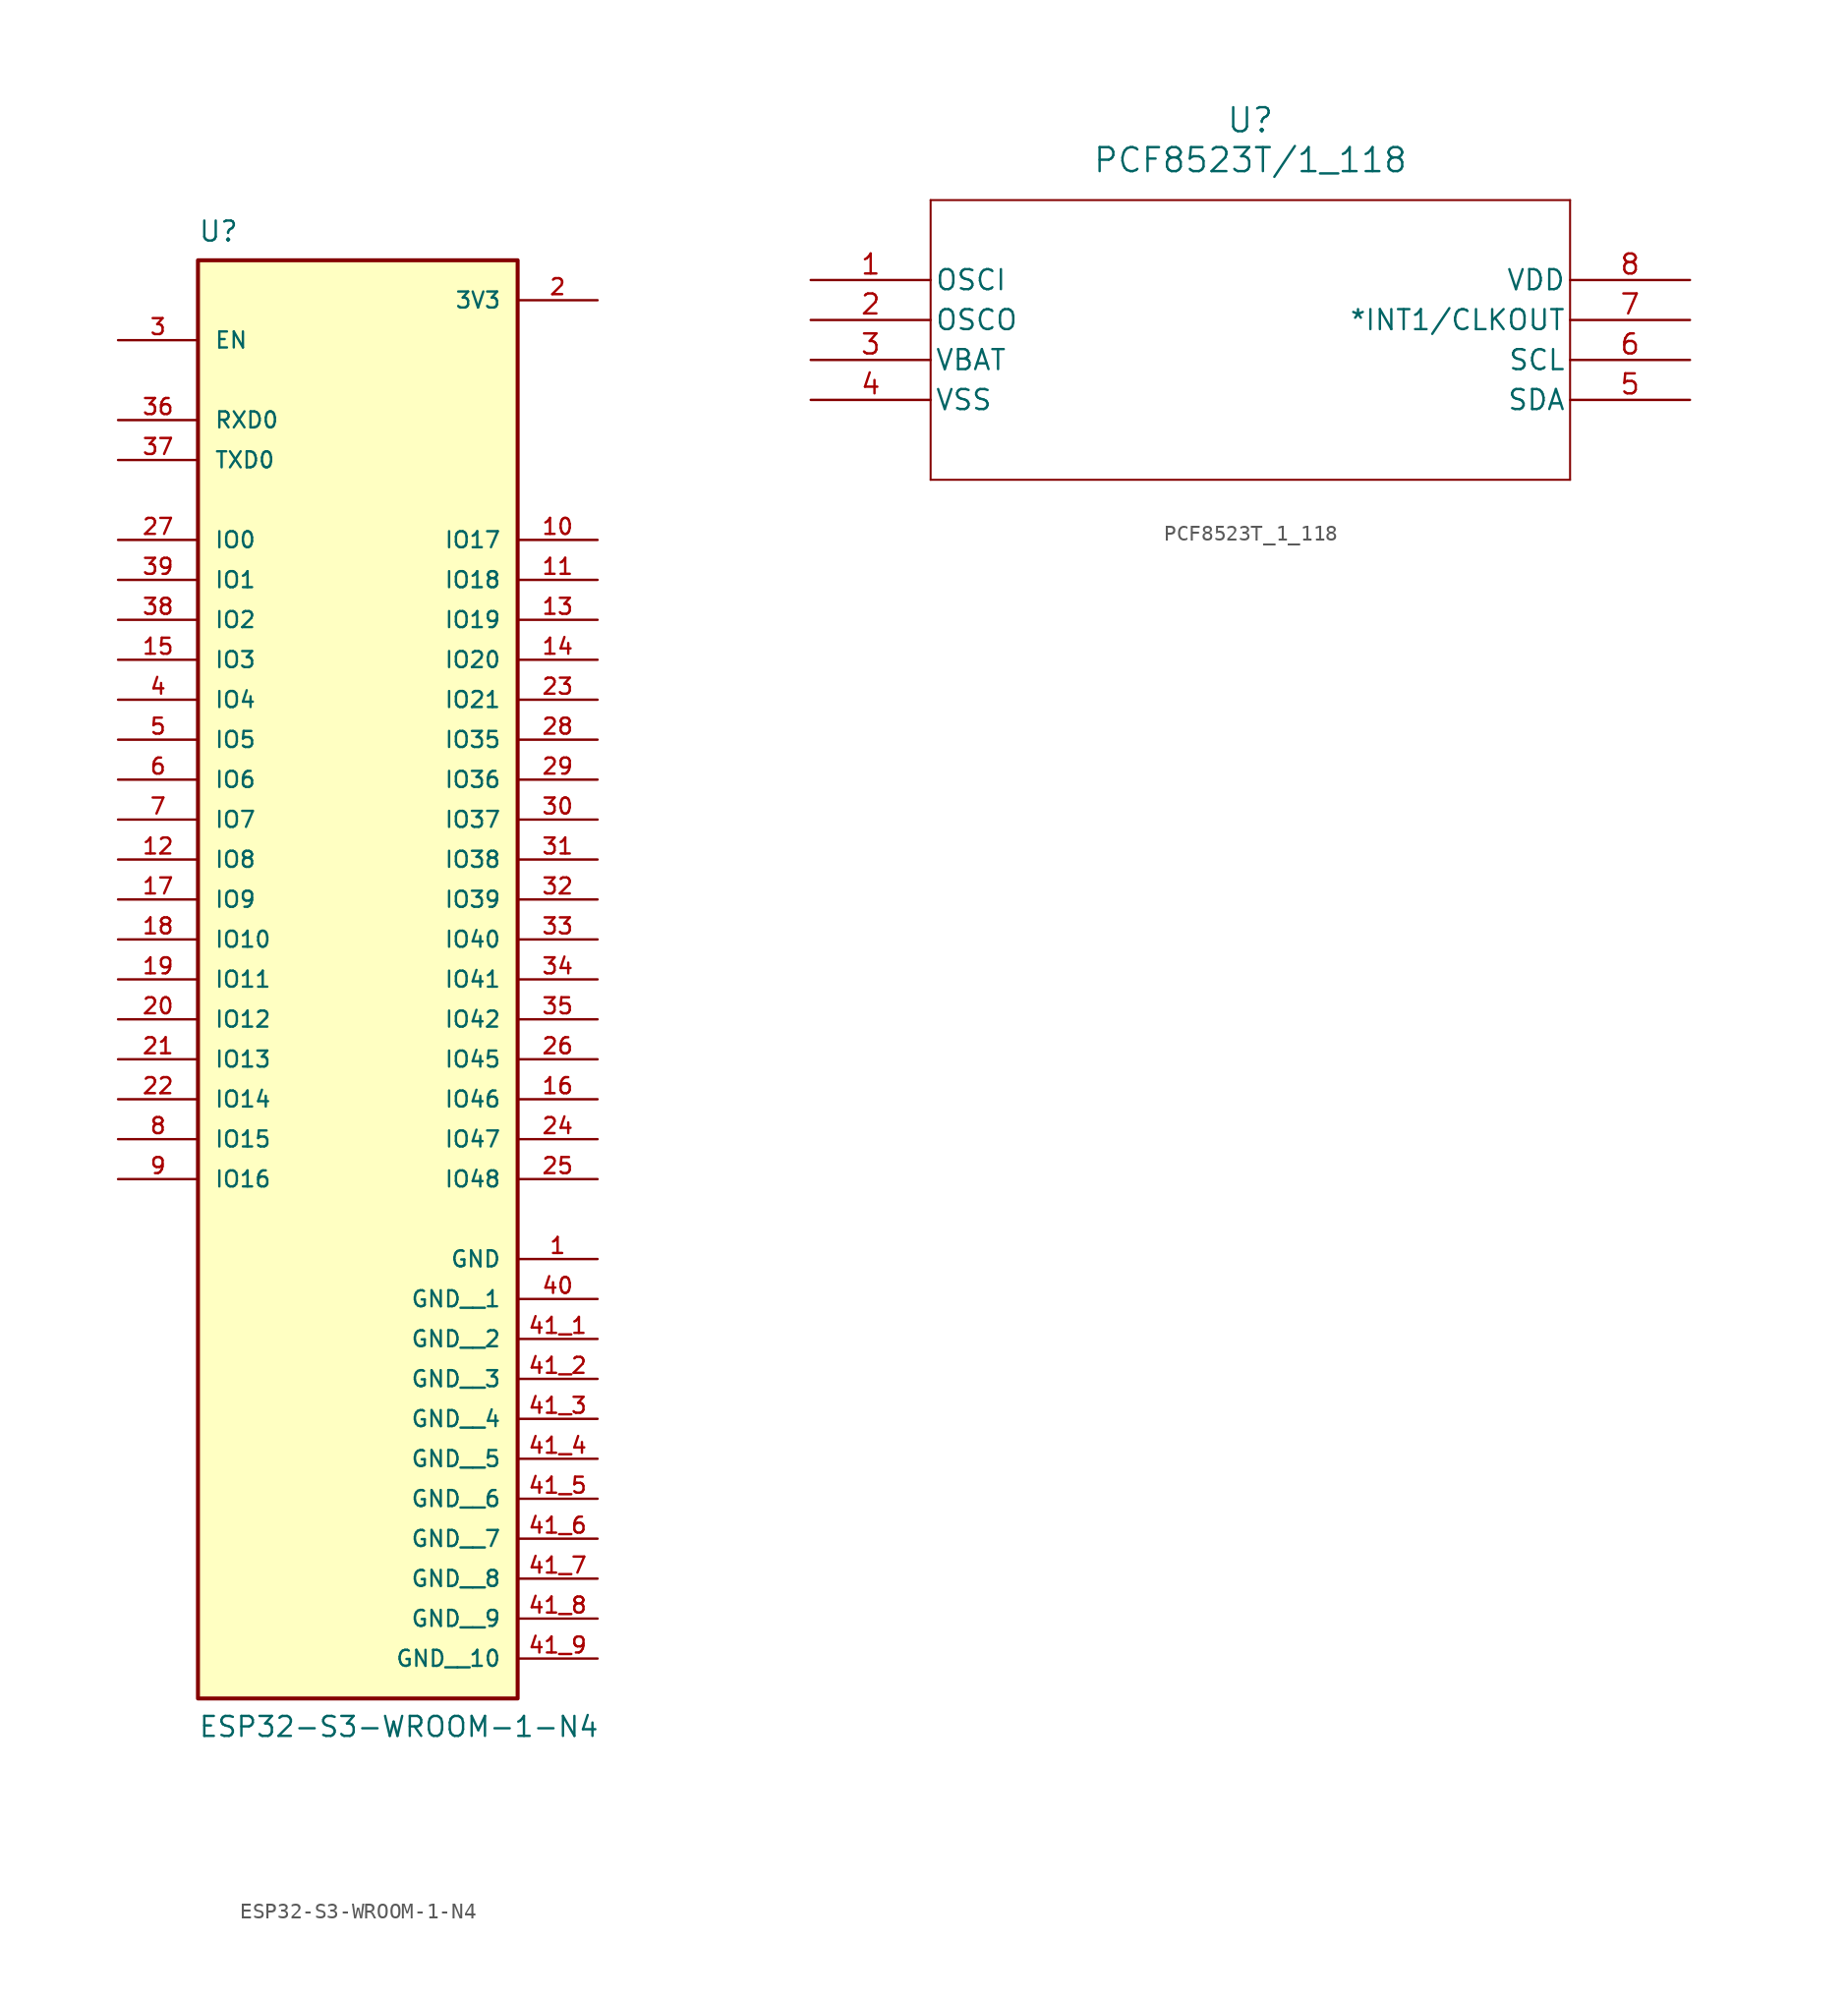
<source format=kicad_sym>
(kicad_symbol_lib
  (version 20211014)
  (generator kicad_symbol_editor)
  (symbol "ESP32-S3-WROOM-1-N4"
    (pin_names
      (offset 1.016))
    (property "Reference" "U"
      (at -10.16 34.112 0)
      (effects (font (size 1.27 1.27)) (justify left bottom)))
    (property "Value" "ESP32-S3-WROOM-1-N4"
      (at -10.16 -60.96 0)
      (effects (font (size 1.27 1.27)) (justify left bottom)))
    (symbol "ESP32-S3-WROOM-1-N4_0_0"
      (rectangle (start -10.16 -58.42) (end 10.16 33.02) (stroke (width 0.254) (type default) (color 0 0 0 0)) (fill (type background)))
      (pin power_in line (at 15.24 -30.48 180) (length 5.08) (name "GND" (effects (font (size 1.016 1.016)))) (number "1" (effects (font (size 1.016 1.016)))))
      (pin bidirectional line (at 15.24 15.24 180) (length 5.08) (name "IO17" (effects (font (size 1.016 1.016)))) (number "10" (effects (font (size 1.016 1.016)))))
      (pin bidirectional line (at 15.24 12.7 180) (length 5.08) (name "IO18" (effects (font (size 1.016 1.016)))) (number "11" (effects (font (size 1.016 1.016)))))
      (pin bidirectional line (at -15.24 -5.08 0) (length 5.08) (name "IO8" (effects (font (size 1.016 1.016)))) (number "12" (effects (font (size 1.016 1.016)))))
      (pin bidirectional line (at 15.24 10.16 180) (length 5.08) (name "IO19" (effects (font (size 1.016 1.016)))) (number "13" (effects (font (size 1.016 1.016)))))
      (pin bidirectional line (at 15.24 7.62 180) (length 5.08) (name "IO20" (effects (font (size 1.016 1.016)))) (number "14" (effects (font (size 1.016 1.016)))))
      (pin bidirectional line (at -15.24 7.62 0) (length 5.08) (name "IO3" (effects (font (size 1.016 1.016)))) (number "15" (effects (font (size 1.016 1.016)))))
      (pin bidirectional line (at 15.24 -20.32 180) (length 5.08) (name "IO46" (effects (font (size 1.016 1.016)))) (number "16" (effects (font (size 1.016 1.016)))))
      (pin bidirectional line (at -15.24 -7.62 0) (length 5.08) (name "IO9" (effects (font (size 1.016 1.016)))) (number "17" (effects (font (size 1.016 1.016)))))
      (pin bidirectional line (at -15.24 -10.16 0) (length 5.08) (name "IO10" (effects (font (size 1.016 1.016)))) (number "18" (effects (font (size 1.016 1.016)))))
      (pin bidirectional line (at -15.24 -12.7 0) (length 5.08) (name "IO11" (effects (font (size 1.016 1.016)))) (number "19" (effects (font (size 1.016 1.016)))))
      (pin power_in line (at 15.24 30.48 180) (length 5.08) (name "3V3" (effects (font (size 1.016 1.016)))) (number "2" (effects (font (size 1.016 1.016)))))
      (pin bidirectional line (at -15.24 -15.24 0) (length 5.08) (name "IO12" (effects (font (size 1.016 1.016)))) (number "20" (effects (font (size 1.016 1.016)))))
      (pin bidirectional line (at -15.24 -17.78 0) (length 5.08) (name "IO13" (effects (font (size 1.016 1.016)))) (number "21" (effects (font (size 1.016 1.016)))))
      (pin bidirectional line (at -15.24 -20.32 0) (length 5.08) (name "IO14" (effects (font (size 1.016 1.016)))) (number "22" (effects (font (size 1.016 1.016)))))
      (pin bidirectional line (at 15.24 5.08 180) (length 5.08) (name "IO21" (effects (font (size 1.016 1.016)))) (number "23" (effects (font (size 1.016 1.016)))))
      (pin bidirectional line (at 15.24 -22.86 180) (length 5.08) (name "IO47" (effects (font (size 1.016 1.016)))) (number "24" (effects (font (size 1.016 1.016)))))
      (pin bidirectional line (at 15.24 -25.4 180) (length 5.08) (name "IO48" (effects (font (size 1.016 1.016)))) (number "25" (effects (font (size 1.016 1.016)))))
      (pin bidirectional line (at 15.24 -17.78 180) (length 5.08) (name "IO45" (effects (font (size 1.016 1.016)))) (number "26" (effects (font (size 1.016 1.016)))))
      (pin bidirectional line (at -15.24 15.24 0) (length 5.08) (name "IO0" (effects (font (size 1.016 1.016)))) (number "27" (effects (font (size 1.016 1.016)))))
      (pin bidirectional line (at 15.24 2.54 180) (length 5.08) (name "IO35" (effects (font (size 1.016 1.016)))) (number "28" (effects (font (size 1.016 1.016)))))
      (pin bidirectional line (at 15.24 0 180) (length 5.08) (name "IO36" (effects (font (size 1.016 1.016)))) (number "29" (effects (font (size 1.016 1.016)))))
      (pin input line (at -15.24 27.94 0) (length 5.08) (name "EN" (effects (font (size 1.016 1.016)))) (number "3" (effects (font (size 1.016 1.016)))))
      (pin bidirectional line (at 15.24 -2.54 180) (length 5.08) (name "IO37" (effects (font (size 1.016 1.016)))) (number "30" (effects (font (size 1.016 1.016)))))
      (pin bidirectional line (at 15.24 -5.08 180) (length 5.08) (name "IO38" (effects (font (size 1.016 1.016)))) (number "31" (effects (font (size 1.016 1.016)))))
      (pin bidirectional line (at 15.24 -7.62 180) (length 5.08) (name "IO39" (effects (font (size 1.016 1.016)))) (number "32" (effects (font (size 1.016 1.016)))))
      (pin bidirectional line (at 15.24 -10.16 180) (length 5.08) (name "IO40" (effects (font (size 1.016 1.016)))) (number "33" (effects (font (size 1.016 1.016)))))
      (pin bidirectional line (at 15.24 -12.7 180) (length 5.08) (name "IO41" (effects (font (size 1.016 1.016)))) (number "34" (effects (font (size 1.016 1.016)))))
      (pin bidirectional line (at 15.24 -15.24 180) (length 5.08) (name "IO42" (effects (font (size 1.016 1.016)))) (number "35" (effects (font (size 1.016 1.016)))))
      (pin bidirectional line (at -15.24 22.86 0) (length 5.08) (name "RXD0" (effects (font (size 1.016 1.016)))) (number "36" (effects (font (size 1.016 1.016)))))
      (pin bidirectional line (at -15.24 20.32 0) (length 5.08) (name "TXD0" (effects (font (size 1.016 1.016)))) (number "37" (effects (font (size 1.016 1.016)))))
      (pin bidirectional line (at -15.24 10.16 0) (length 5.08) (name "IO2" (effects (font (size 1.016 1.016)))) (number "38" (effects (font (size 1.016 1.016)))))
      (pin bidirectional line (at -15.24 12.7 0) (length 5.08) (name "IO1" (effects (font (size 1.016 1.016)))) (number "39" (effects (font (size 1.016 1.016)))))
      (pin bidirectional line (at -15.24 5.08 0) (length 5.08) (name "IO4" (effects (font (size 1.016 1.016)))) (number "4" (effects (font (size 1.016 1.016)))))
      (pin power_in line (at 15.24 -33.02 180) (length 5.08) (name "GND__1" (effects (font (size 1.016 1.016)))) (number "40" (effects (font (size 1.016 1.016)))))
      (pin power_in line (at 15.24 -35.56 180) (length 5.08) (name "GND__2" (effects (font (size 1.016 1.016)))) (number "41_1" (effects (font (size 1.016 1.016)))))
      (pin power_in line (at 15.24 -38.1 180) (length 5.08) (name "GND__3" (effects (font (size 1.016 1.016)))) (number "41_2" (effects (font (size 1.016 1.016)))))
      (pin power_in line (at 15.24 -40.64 180) (length 5.08) (name "GND__4" (effects (font (size 1.016 1.016)))) (number "41_3" (effects (font (size 1.016 1.016)))))
      (pin power_in line (at 15.24 -43.18 180) (length 5.08) (name "GND__5" (effects (font (size 1.016 1.016)))) (number "41_4" (effects (font (size 1.016 1.016)))))
      (pin power_in line (at 15.24 -45.72 180) (length 5.08) (name "GND__6" (effects (font (size 1.016 1.016)))) (number "41_5" (effects (font (size 1.016 1.016)))))
      (pin power_in line (at 15.24 -48.26 180) (length 5.08) (name "GND__7" (effects (font (size 1.016 1.016)))) (number "41_6" (effects (font (size 1.016 1.016)))))
      (pin power_in line (at 15.24 -50.8 180) (length 5.08) (name "GND__8" (effects (font (size 1.016 1.016)))) (number "41_7" (effects (font (size 1.016 1.016)))))
      (pin power_in line (at 15.24 -53.34 180) (length 5.08) (name "GND__9" (effects (font (size 1.016 1.016)))) (number "41_8" (effects (font (size 1.016 1.016)))))
      (pin power_in line (at 15.24 -55.88 180) (length 5.08) (name "GND__10" (effects (font (size 1.016 1.016)))) (number "41_9" (effects (font (size 1.016 1.016)))))
      (pin bidirectional line (at -15.24 2.54 0) (length 5.08) (name "IO5" (effects (font (size 1.016 1.016)))) (number "5" (effects (font (size 1.016 1.016)))))
      (pin bidirectional line (at -15.24 0 0) (length 5.08) (name "IO6" (effects (font (size 1.016 1.016)))) (number "6" (effects (font (size 1.016 1.016)))))
      (pin bidirectional line (at -15.24 -2.54 0) (length 5.08) (name "IO7" (effects (font (size 1.016 1.016)))) (number "7" (effects (font (size 1.016 1.016)))))
      (pin bidirectional line (at -15.24 -22.86 0) (length 5.08) (name "IO15" (effects (font (size 1.016 1.016)))) (number "8" (effects (font (size 1.016 1.016)))))
      (pin bidirectional line (at -15.24 -25.4 0) (length 5.08) (name "IO16" (effects (font (size 1.016 1.016)))) (number "9" (effects (font (size 1.016 1.016)))))))
  (symbol "PCF8523T_1_118"
    (pin_names
      (offset 0.254))
    (property "Reference" "U"
      (at 27.94 10.16 0)
      (effects (font (size 1.524 1.524))))
    (property "Value" "PCF8523T/1_118"
      (at 27.94 7.62 0)
      (effects (font (size 1.524 1.524))))
    (symbol "PCF8523T_1_118_0_1"
      (polyline (pts (xy 7.62 5.08) (xy 7.62 -12.7)) (stroke (width 0.127) (type default) (color 0 0 0 0)) (fill (type none)))
      (polyline (pts (xy 7.62 -12.7) (xy 48.26 -12.7)) (stroke (width 0.127) (type default) (color 0 0 0 0)) (fill (type none)))
      (polyline (pts (xy 48.26 -12.7) (xy 48.26 5.08)) (stroke (width 0.127) (type default) (color 0 0 0 0)) (fill (type none)))
      (polyline (pts (xy 48.26 5.08) (xy 7.62 5.08)) (stroke (width 0.127) (type default) (color 0 0 0 0)) (fill (type none)))
      (pin input line (at 0 0 0) (length 7.62) (name "OSCI" (effects (font (size 1.27 1.27)))) (number "1" (effects (font (size 1.27 1.27)))))
      (pin output line (at 0 -2.54 0) (length 7.62) (name "OSCO" (effects (font (size 1.27 1.27)))) (number "2" (effects (font (size 1.27 1.27)))))
      (pin power_in line (at 0 -5.08 0) (length 7.62) (name "VBAT" (effects (font (size 1.27 1.27)))) (number "3" (effects (font (size 1.27 1.27)))))
      (pin power_out line (at 0 -7.62 0) (length 7.62) (name "VSS" (effects (font (size 1.27 1.27)))) (number "4" (effects (font (size 1.27 1.27)))))
      (pin bidirectional line (at 55.88 -7.62 180) (length 7.62) (name "SDA" (effects (font (size 1.27 1.27)))) (number "5" (effects (font (size 1.27 1.27)))))
      (pin input line (at 55.88 -5.08 180) (length 7.62) (name "SCL" (effects (font (size 1.27 1.27)))) (number "6" (effects (font (size 1.27 1.27)))))
      (pin output line (at 55.88 -2.54 180) (length 7.62) (name "*INT1/CLKOUT" (effects (font (size 1.27 1.27)))) (number "7" (effects (font (size 1.27 1.27)))))
      (pin power_in line (at 55.88 0 180) (length 7.62) (name "VDD" (effects (font (size 1.27 1.27)))) (number "8" (effects (font (size 1.27 1.27))))))))
</source>
